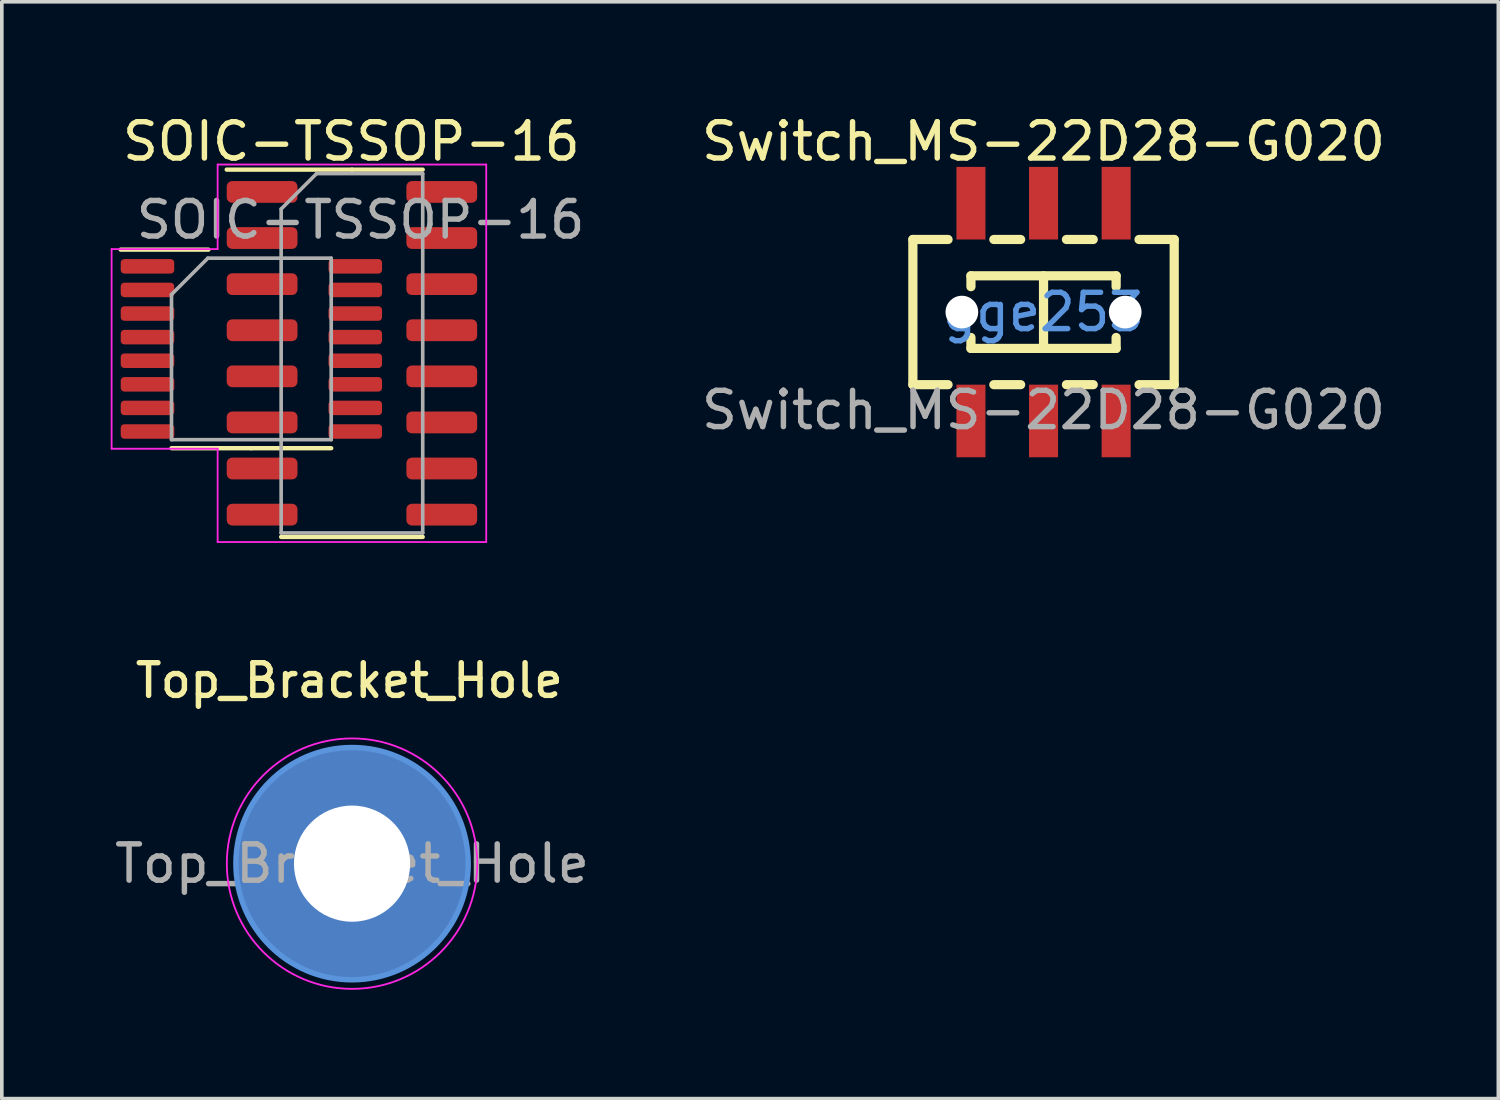
<source format=kicad_pcb>
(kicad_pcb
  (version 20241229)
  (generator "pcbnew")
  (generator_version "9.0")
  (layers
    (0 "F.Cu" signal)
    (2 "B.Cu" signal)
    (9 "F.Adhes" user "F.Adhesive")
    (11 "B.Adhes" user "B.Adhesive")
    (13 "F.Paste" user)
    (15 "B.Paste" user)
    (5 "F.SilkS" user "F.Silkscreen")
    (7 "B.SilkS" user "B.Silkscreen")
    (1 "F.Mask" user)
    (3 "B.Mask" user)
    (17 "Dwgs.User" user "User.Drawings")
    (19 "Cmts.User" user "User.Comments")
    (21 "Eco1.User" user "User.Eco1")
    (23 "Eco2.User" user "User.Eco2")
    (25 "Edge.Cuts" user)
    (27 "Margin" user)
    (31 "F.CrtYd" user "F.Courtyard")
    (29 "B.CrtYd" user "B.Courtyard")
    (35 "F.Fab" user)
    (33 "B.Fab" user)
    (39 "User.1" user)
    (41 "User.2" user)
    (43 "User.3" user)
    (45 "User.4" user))
  (footprint "Top_Bracket_Hole"
    (layer "F.Cu")
    (at 6.649 20.744)
    (property "Reference" "Top_Bracket_Hole" (at -0.076 -5.045 0) (layer "F.SilkS") (effects (font (size 0.9 0.9) (thickness 0.15))))
    (attr exclude_from_pos_files exclude_from_bom)
    (fp_circle (center 0 0) (end 3.2 0) (stroke (width 0.15) (type solid)) (fill no) (layer "Cmts.User"))
    (fp_circle (center 0 0) (end 3.45 0) (stroke (width 0.05) (type solid)) (fill no) (layer "F.CrtYd"))
    (fp_text user "${REFERENCE}" (at 0 0 0) (layer "F.Fab") (effects (font (size 1 1) (thickness 0.15))))
    (pad "1" thru_hole circle (at 0 0) (size 6.4 6.4) (drill 3.2) (layers "*.Cu" "*.Mask")))
  (footprint "SOIC-TSSOP-16"
    (layer "F.Cu")
    (at 6.883 6.563)
    (property "Reference" "SOIC-TSSOP-16" (at -0.254 -5.715 0) (unlocked yes) (layer "F.SilkS") (effects (font (size 1 1) (thickness 0.15))))
    (attr smd)
    (fp_line (start -4.191 -2.735) (end -6.608 -2.735) (stroke (width 0.12) (type solid)) (layer "F.SilkS"))
    (fp_line (start -3.008 2.735) (end -5.208 2.735) (stroke (width 0.12) (type solid)) (layer "F.SilkS"))
    (fp_line (start -3.008 2.735) (end -0.808 2.735) (stroke (width 0.12) (type solid)) (layer "F.SilkS"))
    (fp_line (start -0.237 -4.94) (end -3.687 -4.94) (stroke (width 0.12) (type solid)) (layer "F.SilkS"))
    (fp_line (start -0.237 -4.94) (end 1.713 -4.94) (stroke (width 0.12) (type solid)) (layer "F.SilkS"))
    (fp_line (start -0.237 5.18) (end -2.187 5.18) (stroke (width 0.12) (type solid)) (layer "F.SilkS"))
    (fp_line (start -0.237 5.18) (end 1.713 5.18) (stroke (width 0.12) (type solid)) (layer "F.SilkS"))
    (fp_line (start -6.858 -2.75) (end -6.858 2.75) (stroke (width 0.05) (type solid)) (layer "F.CrtYd"))
    (fp_line (start -6.858 2.75) (end -3.937 2.75) (stroke (width 0.05) (type solid)) (layer "F.CrtYd"))
    (fp_line (start -3.937 -2.75) (end -6.858 -2.75) (stroke (width 0.05) (type solid)) (layer "F.CrtYd"))
    (fp_line (start -3.937 -2.75) (end -3.937 -5.08) (stroke (width 0.05) (type solid)) (layer "F.CrtYd"))
    (fp_line (start -3.937 2.75) (end -3.937 5.32) (stroke (width 0.05) (type solid)) (layer "F.CrtYd"))
    (fp_line (start -3.937 5.32) (end 3.463 5.32) (stroke (width 0.05) (type solid)) (layer "F.CrtYd"))
    (fp_line (start 3.463 -5.08) (end -3.937 -5.08) (stroke (width 0.05) (type solid)) (layer "F.CrtYd"))
    (fp_line (start 3.463 5.32) (end 3.463 -5.08) (stroke (width 0.05) (type solid)) (layer "F.CrtYd"))
    (fp_line (start -5.208 -1.5) (end -4.208 -2.5) (stroke (width 0.1) (type solid)) (layer "F.Fab"))
    (fp_line (start -5.208 2.5) (end -5.208 -1.5) (stroke (width 0.1) (type solid)) (layer "F.Fab"))
    (fp_line (start -4.208 -2.5) (end -0.808 -2.5) (stroke (width 0.1) (type solid)) (layer "F.Fab"))
    (fp_line (start -2.187 -3.855) (end -1.212 -4.83) (stroke (width 0.1) (type solid)) (layer "F.Fab"))
    (fp_line (start -2.187 5.07) (end -2.187 -3.855) (stroke (width 0.1) (type solid)) (layer "F.Fab"))
    (fp_line (start -1.212 -4.83) (end 1.713 -4.83) (stroke (width 0.1) (type solid)) (layer "F.Fab"))
    (fp_line (start -0.808 -2.5) (end -0.808 2.5) (stroke (width 0.1) (type solid)) (layer "F.Fab"))
    (fp_line (start -0.808 2.5) (end -5.208 2.5) (stroke (width 0.1) (type solid)) (layer "F.Fab"))
    (fp_line (start 1.713 -4.83) (end 1.713 5.07) (stroke (width 0.1) (type solid)) (layer "F.Fab"))
    (fp_line (start 1.713 5.07) (end -2.187 5.07) (stroke (width 0.1) (type solid)) (layer "F.Fab"))
    (fp_text user "${REFERENCE}" (at 0 -3.556 0) (layer "F.Fab") (effects (font (size 0.98 0.98) (thickness 0.15))))
    (pad "1" smd roundrect (at -5.87 -2.275) (size 1.475 0.4) (layers "F.Cu" "F.Mask" "F.Paste") (roundrect_rratio 0.25))
    (pad "1" smd roundrect (at -2.712 -4.325) (size 1.95 0.6) (layers "F.Cu" "F.Mask" "F.Paste") (roundrect_rratio 0.25))
    (pad "2" smd roundrect (at -5.87 -1.625) (size 1.475 0.4) (layers "F.Cu" "F.Mask" "F.Paste") (roundrect_rratio 0.25))
    (pad "2" smd roundrect (at -2.712 -3.055) (size 1.95 0.6) (layers "F.Cu" "F.Mask" "F.Paste") (roundrect_rratio 0.25))
    (pad "3" smd roundrect (at -5.87 -0.975) (size 1.475 0.4) (layers "F.Cu" "F.Mask" "F.Paste") (roundrect_rratio 0.25))
    (pad "3" smd roundrect (at -2.712 -1.785) (size 1.95 0.6) (layers "F.Cu" "F.Mask" "F.Paste") (roundrect_rratio 0.25))
    (pad "4" smd roundrect (at -5.87 -0.325) (size 1.475 0.4) (layers "F.Cu" "F.Mask" "F.Paste") (roundrect_rratio 0.25))
    (pad "4" smd roundrect (at -2.712 -0.515) (size 1.95 0.6) (layers "F.Cu" "F.Mask" "F.Paste") (roundrect_rratio 0.25))
    (pad "5" smd roundrect (at -5.87 0.325) (size 1.475 0.4) (layers "F.Cu" "F.Mask" "F.Paste") (roundrect_rratio 0.25))
    (pad "5" smd roundrect (at -2.712 0.755) (size 1.95 0.6) (layers "F.Cu" "F.Mask" "F.Paste") (roundrect_rratio 0.25))
    (pad "6" smd roundrect (at -5.87 0.975) (size 1.475 0.4) (layers "F.Cu" "F.Mask" "F.Paste") (roundrect_rratio 0.25))
    (pad "6" smd roundrect (at -2.712 2.025) (size 1.95 0.6) (layers "F.Cu" "F.Mask" "F.Paste") (roundrect_rratio 0.25))
    (pad "7" smd roundrect (at -5.87 1.625) (size 1.475 0.4) (layers "F.Cu" "F.Mask" "F.Paste") (roundrect_rratio 0.25))
    (pad "7" smd roundrect (at -2.712 3.295) (size 1.95 0.6) (layers "F.Cu" "F.Mask" "F.Paste") (roundrect_rratio 0.25))
    (pad "8" smd roundrect (at -5.87 2.275) (size 1.475 0.4) (layers "F.Cu" "F.Mask" "F.Paste") (roundrect_rratio 0.25))
    (pad "8" smd roundrect (at -2.712 4.565) (size 1.95 0.6) (layers "F.Cu" "F.Mask" "F.Paste") (roundrect_rratio 0.25))
    (pad "9" smd roundrect (at -0.145 2.275) (size 1.475 0.4) (layers "F.Cu" "F.Mask" "F.Paste") (roundrect_rratio 0.25))
    (pad "9" smd roundrect (at 2.238 4.565) (size 1.95 0.6) (layers "F.Cu" "F.Mask" "F.Paste") (roundrect_rratio 0.25))
    (pad "10" smd roundrect (at -0.145 1.625) (size 1.475 0.4) (layers "F.Cu" "F.Mask" "F.Paste") (roundrect_rratio 0.25))
    (pad "10" smd roundrect (at 2.238 3.295) (size 1.95 0.6) (layers "F.Cu" "F.Mask" "F.Paste") (roundrect_rratio 0.25))
    (pad "11" smd roundrect (at -0.145 0.975) (size 1.475 0.4) (layers "F.Cu" "F.Mask" "F.Paste") (roundrect_rratio 0.25))
    (pad "11" smd roundrect (at 2.238 2.025) (size 1.95 0.6) (layers "F.Cu" "F.Mask" "F.Paste") (roundrect_rratio 0.25))
    (pad "12" smd roundrect (at -0.145 0.325) (size 1.475 0.4) (layers "F.Cu" "F.Mask" "F.Paste") (roundrect_rratio 0.25))
    (pad "12" smd roundrect (at 2.238 0.755) (size 1.95 0.6) (layers "F.Cu" "F.Mask" "F.Paste") (roundrect_rratio 0.25))
    (pad "13" smd roundrect (at -0.145 -0.325) (size 1.475 0.4) (layers "F.Cu" "F.Mask" "F.Paste") (roundrect_rratio 0.25))
    (pad "13" smd roundrect (at 2.238 -0.515) (size 1.95 0.6) (layers "F.Cu" "F.Mask" "F.Paste") (roundrect_rratio 0.25))
    (pad "14" smd roundrect (at -0.145 -0.975) (size 1.475 0.4) (layers "F.Cu" "F.Mask" "F.Paste") (roundrect_rratio 0.25))
    (pad "14" smd roundrect (at 2.238 -1.785) (size 1.95 0.6) (layers "F.Cu" "F.Mask" "F.Paste") (roundrect_rratio 0.25))
    (pad "15" smd roundrect (at -0.145 -1.625) (size 1.475 0.4) (layers "F.Cu" "F.Mask" "F.Paste") (roundrect_rratio 0.25))
    (pad "15" smd roundrect (at 2.238 -3.055) (size 1.95 0.6) (layers "F.Cu" "F.Mask" "F.Paste") (roundrect_rratio 0.25))
    (pad "16" smd roundrect (at -0.145 -2.275) (size 1.475 0.4) (layers "F.Cu" "F.Mask" "F.Paste") (roundrect_rratio 0.25))
    (pad "16" smd roundrect (at 2.238 -4.325) (size 1.95 0.6) (layers "F.Cu" "F.Mask" "F.Paste") (roundrect_rratio 0.25)))
  (footprint "Switch_MS-22D28-G020"
    (layer "F.Cu")
    (at 25.7 5.748)
    (property "Reference" "Switch_MS-22D28-G020" (at 0 -4.9 0) (unlocked yes) (layer "F.SilkS") (effects (font (size 1 1) (thickness 0.15))))
    (attr smd)
    (fp_line (start -3.6 -2.2) (end -3.6 1.8) (stroke (width 0.254) (type solid)) (layer "F.SilkS"))
    (fp_line (start -3.6 -2.2) (end -2.631 -2.2) (stroke (width 0.254) (type solid)) (layer "F.SilkS"))
    (fp_line (start -3.6 1.8) (end -2.631 1.8) (stroke (width 0.254) (type solid)) (layer "F.SilkS"))
    (fp_line (start -2 -1.2) (end 2 -1.2) (stroke (width 0.254) (type solid)) (layer "F.SilkS"))
    (fp_line (start -2 -0.9) (end -2 -1.2) (stroke (width 0.254) (type solid)) (layer "F.SilkS"))
    (fp_line (start -2 0.8) (end -2 0.5) (stroke (width 0.254) (type solid)) (layer "F.SilkS"))
    (fp_line (start -1.369 -2.2) (end -0.631 -2.2) (stroke (width 0.254) (type solid)) (layer "F.SilkS"))
    (fp_line (start -1.369 1.8) (end -0.631 1.8) (stroke (width 0.254) (type solid)) (layer "F.SilkS"))
    (fp_line (start 0 -1.2) (end 0 0.8) (stroke (width 0.254) (type solid)) (layer "F.SilkS"))
    (fp_line (start 0.631 -2.2) (end 1.369 -2.2) (stroke (width 0.254) (type solid)) (layer "F.SilkS"))
    (fp_line (start 0.631 1.8) (end 1.369 1.8) (stroke (width 0.254) (type solid)) (layer "F.SilkS"))
    (fp_line (start 2 -1.2) (end 2 -0.9) (stroke (width 0.254) (type solid)) (layer "F.SilkS"))
    (fp_line (start 2 0.5) (end 2 0.8) (stroke (width 0.254) (type solid)) (layer "F.SilkS"))
    (fp_line (start 2 0.8) (end -2 0.8) (stroke (width 0.254) (type solid)) (layer "F.SilkS"))
    (fp_line (start 2.631 -2.2) (end 3.6 -2.2) (stroke (width 0.254) (type solid)) (layer "F.SilkS"))
    (fp_line (start 2.631 1.8) (end 3.6 1.8) (stroke (width 0.254) (type solid)) (layer "F.SilkS"))
    (fp_line (start 3.6 -2.2) (end 3.6 1.8) (stroke (width 0.254) (type solid)) (layer "F.SilkS"))
    (fp_circle (center -2.25 -0.2) (end -2.075 -0.2) (stroke (width 0.35) (type solid)) (fill no) (layer "Cmts.User"))
    (fp_circle (center 2.25 -0.2) (end 2.425 -0.2) (stroke (width 0.35) (type solid)) (fill no) (layer "Cmts.User"))
    (fp_text user "gge253" (at 0 -0.2 0) (layer "Cmts.User") (effects (font (size 1 1) (thickness 0.15))))
    (fp_text user "${REFERENCE}" (at 0 2.5 0) (unlocked yes) (layer "F.Fab") (effects (font (size 1 1) (thickness 0.15))))
    (pad "" np_thru_hole circle (at -2.25 -0.2) (size 0.9 0.9) (drill 0.9) (layers "*.Cu" "*.Mask"))
    (pad "" np_thru_hole circle (at 2.25 -0.2) (size 0.9 0.9) (drill 0.9) (layers "*.Cu" "*.Mask"))
    (pad "1" smd rect (at -2 -3.2 90) (size 2 0.8) (layers "F.Cu" "F.Mask" "F.Paste"))
    (pad "2" smd rect (at 0 -3.2 90) (size 2 0.8) (layers "F.Cu" "F.Mask" "F.Paste"))
    (pad "3" smd rect (at 2 -3.2 90) (size 2 0.8) (layers "F.Cu" "F.Mask" "F.Paste"))
    (pad "4" smd rect (at -2 2.8 90) (size 2 0.8) (layers "F.Cu" "F.Mask" "F.Paste"))
    (pad "5" smd rect (at 0 2.8 90) (size 2 0.8) (layers "F.Cu" "F.Mask" "F.Paste"))
    (pad "6" smd rect (at 2 2.8 90) (size 2 0.8) (layers "F.Cu" "F.Mask" "F.Paste")))
  (gr_rect
    (start -3 -3)
    (end 38.23 27.218)
    (stroke (width 0.1) (type default))
    (fill no)
    (layer "Edge.Cuts")))
</source>
